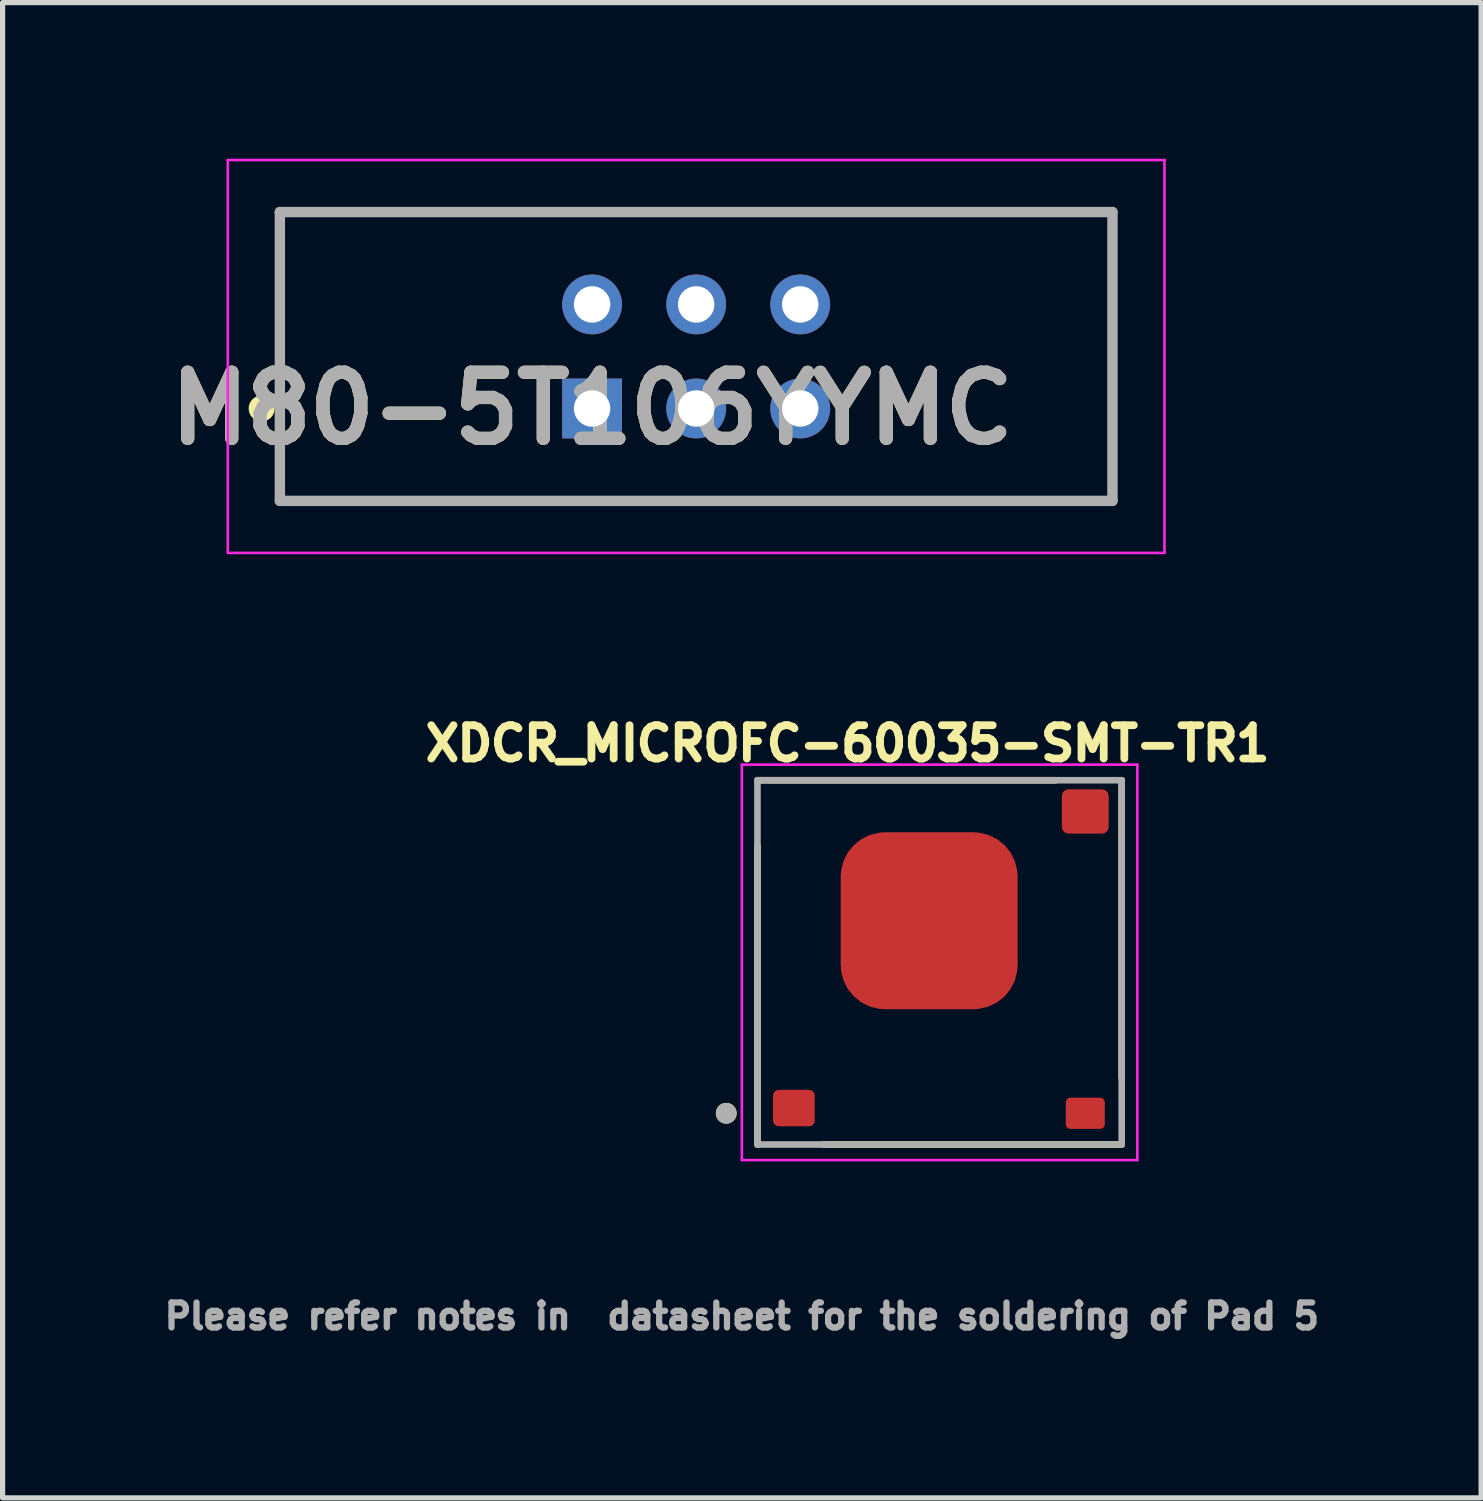
<source format=kicad_pcb>
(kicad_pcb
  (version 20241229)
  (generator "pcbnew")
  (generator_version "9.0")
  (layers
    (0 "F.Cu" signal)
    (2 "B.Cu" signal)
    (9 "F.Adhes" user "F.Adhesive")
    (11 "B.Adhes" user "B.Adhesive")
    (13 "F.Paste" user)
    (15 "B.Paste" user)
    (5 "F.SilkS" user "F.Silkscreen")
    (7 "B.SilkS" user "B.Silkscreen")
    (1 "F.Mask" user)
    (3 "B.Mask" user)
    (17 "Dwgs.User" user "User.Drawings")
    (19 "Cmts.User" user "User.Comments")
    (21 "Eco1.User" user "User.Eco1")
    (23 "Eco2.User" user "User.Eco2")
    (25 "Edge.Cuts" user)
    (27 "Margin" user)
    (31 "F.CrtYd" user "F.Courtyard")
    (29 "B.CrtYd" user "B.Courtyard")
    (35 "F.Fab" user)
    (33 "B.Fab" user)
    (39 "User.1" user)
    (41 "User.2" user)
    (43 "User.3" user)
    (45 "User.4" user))
  (footprint "M80-5T106YYMC"
    (layer "F.Cu")
    (at 8.328 4.8)
    (property "Reference" "M80-5T106YYMC" (at 0 0 0) (layer "F.SilkS") (effects (font (size 1.27 1.27) (thickness 0.254))))
    (attr through_hole)
    (fp_line (start -6 -3.775) (end 10 -3.775) (stroke (width 0.1) (type solid)) (layer "F.SilkS"))
    (fp_line (start -6 1.775) (end -6 -3.775) (stroke (width 0.1) (type solid)) (layer "F.SilkS"))
    (fp_line (start 10 -3.775) (end 10 1.775) (stroke (width 0.1) (type solid)) (layer "F.SilkS"))
    (fp_line (start 10 1.775) (end -6 1.775) (stroke (width 0.1) (type solid)) (layer "F.SilkS"))
    (fp_circle (center -6.35 0) (end -6.35 0.05) (stroke (width 0.2) (type solid)) (fill no) (layer "F.SilkS"))
    (fp_line (start -7 -4.775) (end 11 -4.775) (stroke (width 0.05) (type solid)) (layer "F.CrtYd"))
    (fp_line (start -7 2.775) (end -7 -4.775) (stroke (width 0.05) (type solid)) (layer "F.CrtYd"))
    (fp_line (start 11 -4.775) (end 11 2.775) (stroke (width 0.05) (type solid)) (layer "F.CrtYd"))
    (fp_line (start 11 2.775) (end -7 2.775) (stroke (width 0.05) (type solid)) (layer "F.CrtYd"))
    (fp_line (start -6 -3.775) (end 10 -3.775) (stroke (width 0.2) (type solid)) (layer "F.Fab"))
    (fp_line (start -6 1.775) (end -6 -3.775) (stroke (width 0.2) (type solid)) (layer "F.Fab"))
    (fp_line (start 10 -3.775) (end 10 1.775) (stroke (width 0.2) (type solid)) (layer "F.Fab"))
    (fp_line (start 10 1.775) (end -6 1.775) (stroke (width 0.2) (type solid)) (layer "F.Fab"))
    (fp_text user "${REFERENCE}" (at 0 0 0) (layer "F.Fab") (effects (font (size 1.27 1.27) (thickness 0.254))))
    (pad "1" thru_hole rect (at 0 0) (size 1.15 1.15) (drill 0.7) (layers "*.Cu" "*.Mask"))
    (pad "2" thru_hole circle (at 2 0) (size 1.15 1.15) (drill 0.7) (layers "*.Cu" "*.Mask"))
    (pad "3" thru_hole circle (at 4 0) (size 1.15 1.15) (drill 0.7) (layers "*.Cu" "*.Mask"))
    (pad "4" thru_hole circle (at 0 -2) (size 1.15 1.15) (drill 0.7) (layers "*.Cu" "*.Mask"))
    (pad "5" thru_hole circle (at 2 -2) (size 1.15 1.15) (drill 0.7) (layers "*.Cu" "*.Mask"))
    (pad "6" thru_hole circle (at 4 -2) (size 1.15 1.15) (drill 0.7) (layers "*.Cu" "*.Mask")))
  (footprint "XDCR_MICROFC-60035-SMT-TR1"
    (layer "F.Cu")
    (at 15.006 15.444)
    (property "Reference" "XDCR_MICROFC-60035-SMT-TR1" (at -1.768 -4.206 0) (layer "F.SilkS") (effects (font (size 0.64 0.64) (thickness 0.15))))
    (attr smd)
    (fp_line (start -3.5 -3.5) (end 2.23 -3.5) (stroke (width 0.127) (type solid)) (layer "F.SilkS"))
    (fp_line (start -3.5 -2.23) (end -3.5 3.5) (stroke (width 0.127) (type solid)) (layer "F.SilkS"))
    (fp_line (start -2.23 3.5) (end 3.5 3.5) (stroke (width 0.127) (type solid)) (layer "F.SilkS"))
    (fp_line (start 3.5 -3.5) (end 3.5 2.23) (stroke (width 0.127) (type solid)) (layer "F.SilkS"))
    (fp_circle (center -4.1 2.9) (end -4 2.9) (stroke (width 0.2) (type solid)) (fill no) (layer "F.SilkS"))
    (fp_line (start -3.8 -3.8) (end 3.8 -3.8) (stroke (width 0.05) (type solid)) (layer "F.CrtYd"))
    (fp_line (start -3.8 3.8) (end -3.8 -3.8) (stroke (width 0.05) (type solid)) (layer "F.CrtYd"))
    (fp_line (start 3.8 -3.8) (end 3.8 3.8) (stroke (width 0.05) (type solid)) (layer "F.CrtYd"))
    (fp_line (start 3.8 3.8) (end -3.8 3.8) (stroke (width 0.05) (type solid)) (layer "F.CrtYd"))
    (fp_line (start -3.5 -3.5) (end 3.5 -3.5) (stroke (width 0.127) (type solid)) (layer "F.Fab"))
    (fp_line (start -3.5 3.5) (end -3.5 -3.5) (stroke (width 0.127) (type solid)) (layer "F.Fab"))
    (fp_line (start 3.5 -3.5) (end 3.5 3.5) (stroke (width 0.127) (type solid)) (layer "F.Fab"))
    (fp_line (start 3.5 3.5) (end -3.5 3.5) (stroke (width 0.127) (type solid)) (layer "F.Fab"))
    (fp_circle (center -4.1 2.9) (end -4 2.9) (stroke (width 0.2) (type solid)) (fill no) (layer "F.Fab"))
    (fp_text user "Please refer notes in  datasheet for the soldering of Pad 5" (at -3.8 6.8 0) (layer "F.Fab") (effects (font (size 0.48 0.48) (thickness 0.15))))
    (pad "1" smd roundrect (at -2.8 2.8 90) (size 0.7 0.8) (layers "F.Cu" "F.Mask" "F.Paste") (roundrect_rratio 0.15))
    (pad "2" smd roundrect (at 2.8 2.9 180) (size 0.75 0.6) (layers "F.Cu" "F.Mask" "F.Paste") (roundrect_rratio 0.15))
    (pad "3" smd roundrect (at 2.8 -2.9 270) (size 0.85 0.9) (layers "F.Cu" "F.Mask" "F.Paste") (roundrect_rratio 0.15))
    (pad "5" smd roundrect (at -0.2 -0.8) (size 3.4 3.4) (layers "F.Cu" "F.Mask" "F.Paste") (roundrect_rratio 0.25)))
  (gr_rect
    (start -3 -3)
    (end 25.413 25.735)
    (stroke (width 0.1) (type default))
    (fill no)
    (layer "Edge.Cuts")))
</source>
